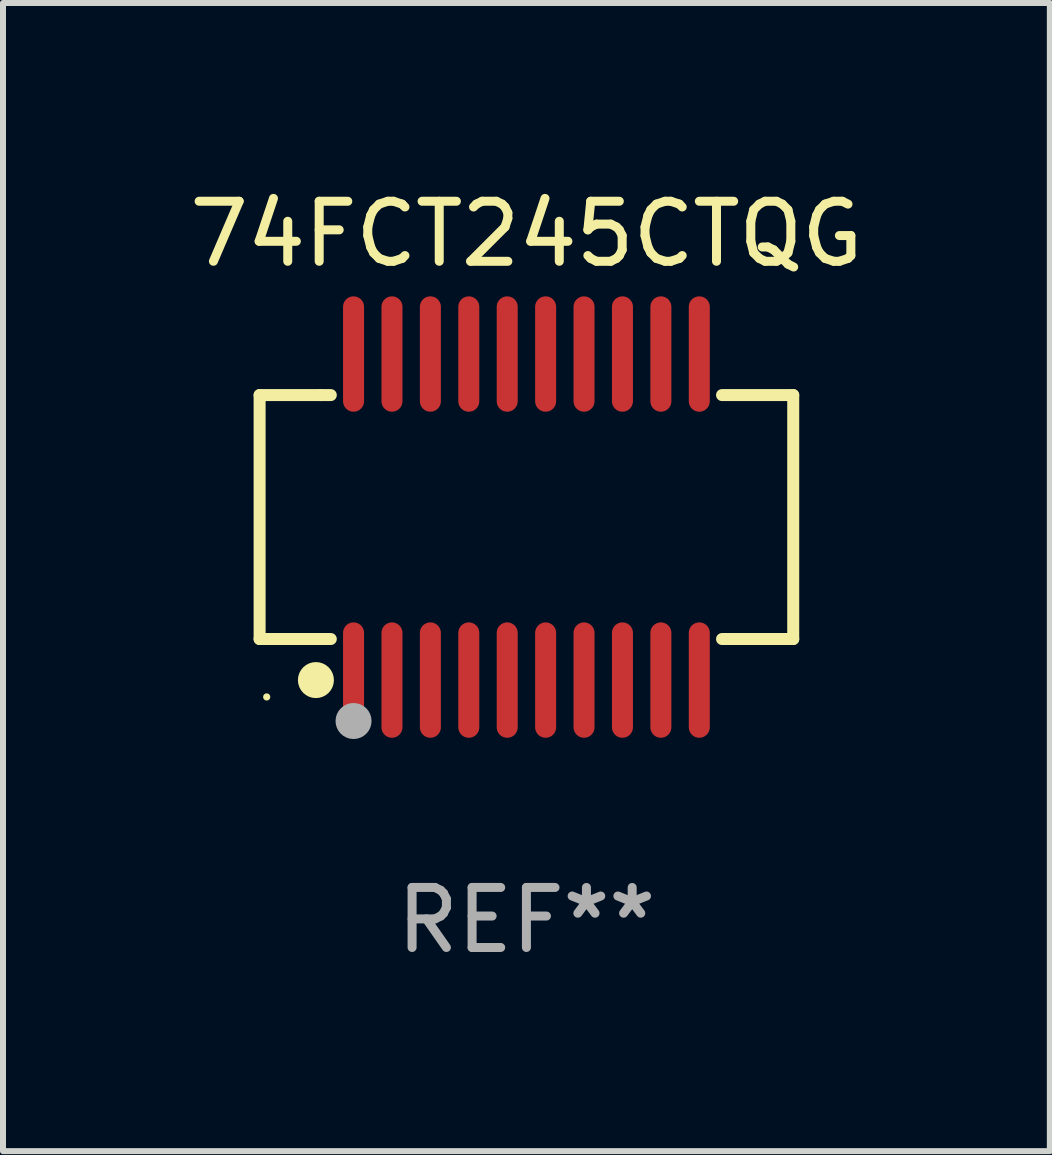
<source format=kicad_pcb>
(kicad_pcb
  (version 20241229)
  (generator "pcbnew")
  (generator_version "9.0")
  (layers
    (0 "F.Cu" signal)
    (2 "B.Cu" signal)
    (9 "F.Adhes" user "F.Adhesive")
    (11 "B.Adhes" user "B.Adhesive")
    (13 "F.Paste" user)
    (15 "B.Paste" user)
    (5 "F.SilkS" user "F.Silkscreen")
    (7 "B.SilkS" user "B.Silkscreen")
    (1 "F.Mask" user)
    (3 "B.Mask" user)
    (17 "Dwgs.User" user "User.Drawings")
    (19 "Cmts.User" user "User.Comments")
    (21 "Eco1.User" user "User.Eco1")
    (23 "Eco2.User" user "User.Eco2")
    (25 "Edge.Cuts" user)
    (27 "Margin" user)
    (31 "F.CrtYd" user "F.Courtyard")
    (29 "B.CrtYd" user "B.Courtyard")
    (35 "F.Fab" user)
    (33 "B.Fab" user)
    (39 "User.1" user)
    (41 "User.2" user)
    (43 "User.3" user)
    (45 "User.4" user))
  (footprint "74FCT245CTQG"
    (layer "F.Cu")
    (at 5.72 5.564)
    (property "Reference" "74FCT245CTQG" (at 0 -4.716 0) (layer "F.SilkS") (effects (font (size 1 1) (thickness 0.15))))
    (attr through_hole)
    (fp_line (start -4.445 -2.032) (end -4.445 2.032) (stroke (width 0.2) (type solid)) (layer "F.SilkS"))
    (fp_line (start -4.445 2.032) (end -3.259 2.032) (stroke (width 0.2) (type solid)) (layer "F.SilkS"))
    (fp_line (start -3.429 -2.032) (end -4.445 -2.032) (stroke (width 0.2) (type solid)) (layer "F.SilkS"))
    (fp_line (start -3.259 -2.032) (end -3.429 -2.032) (stroke (width 0.2) (type solid)) (layer "F.SilkS"))
    (fp_line (start 3.259 2.032) (end 4.445 2.032) (stroke (width 0.2) (type solid)) (layer "F.SilkS"))
    (fp_line (start 4.445 -2.032) (end 3.259 -2.032) (stroke (width 0.2) (type solid)) (layer "F.SilkS"))
    (fp_line (start 4.445 2.032) (end 4.445 -2.032) (stroke (width 0.2) (type solid)) (layer "F.SilkS"))
    (fp_circle (center -4.327 2.997) (end -4.297 2.997) (stroke (width 0.06) (type solid)) (fill no) (layer "F.SilkS"))
    (fp_circle (center -3.507 2.716) (end -3.357 2.716) (stroke (width 0.3) (type solid)) (fill no) (layer "F.SilkS"))
    (fp_circle (center -2.88 3.398) (end -2.73 3.398) (stroke (width 0.3) (type solid)) (fill no) (layer "F.Fab"))
    (fp_text user "REF**" (at 0 6.716 0) (layer "F.Fab") (effects (font (size 1 1) (thickness 0.15))))
    (pad "1" smd oval (at -2.88 2.716) (size 0.35 1.922) (layers "F.Cu" "F.Mask" "F.Paste"))
    (pad "2" smd oval (at -2.24 2.716) (size 0.35 1.922) (layers "F.Cu" "F.Mask" "F.Paste"))
    (pad "3" smd oval (at -1.6 2.716) (size 0.35 1.922) (layers "F.Cu" "F.Mask" "F.Paste"))
    (pad "4" smd oval (at -0.96 2.716) (size 0.35 1.922) (layers "F.Cu" "F.Mask" "F.Paste"))
    (pad "5" smd oval (at -0.32 2.716) (size 0.35 1.922) (layers "F.Cu" "F.Mask" "F.Paste"))
    (pad "6" smd oval (at 0.32 2.716) (size 0.35 1.922) (layers "F.Cu" "F.Mask" "F.Paste"))
    (pad "7" smd oval (at 0.96 2.716) (size 0.35 1.922) (layers "F.Cu" "F.Mask" "F.Paste"))
    (pad "8" smd oval (at 1.6 2.716) (size 0.35 1.922) (layers "F.Cu" "F.Mask" "F.Paste"))
    (pad "9" smd oval (at 2.24 2.716) (size 0.35 1.922) (layers "F.Cu" "F.Mask" "F.Paste"))
    (pad "10" smd oval (at 2.88 2.716) (size 0.35 1.922) (layers "F.Cu" "F.Mask" "F.Paste"))
    (pad "11" smd oval (at 2.88 -2.716) (size 0.35 1.922) (layers "F.Cu" "F.Mask" "F.Paste"))
    (pad "12" smd oval (at 2.24 -2.716) (size 0.35 1.922) (layers "F.Cu" "F.Mask" "F.Paste"))
    (pad "13" smd oval (at 1.6 -2.716) (size 0.35 1.922) (layers "F.Cu" "F.Mask" "F.Paste"))
    (pad "14" smd oval (at 0.96 -2.716) (size 0.35 1.922) (layers "F.Cu" "F.Mask" "F.Paste"))
    (pad "15" smd oval (at 0.32 -2.716) (size 0.35 1.922) (layers "F.Cu" "F.Mask" "F.Paste"))
    (pad "16" smd oval (at -0.32 -2.716) (size 0.35 1.922) (layers "F.Cu" "F.Mask" "F.Paste"))
    (pad "17" smd oval (at -0.96 -2.716) (size 0.35 1.922) (layers "F.Cu" "F.Mask" "F.Paste"))
    (pad "18" smd oval (at -1.6 -2.716) (size 0.35 1.922) (layers "F.Cu" "F.Mask" "F.Paste"))
    (pad "19" smd oval (at -2.24 -2.716) (size 0.35 1.922) (layers "F.Cu" "F.Mask" "F.Paste"))
    (pad "20" smd oval (at -2.88 -2.716) (size 0.35 1.922) (layers "F.Cu" "F.Mask" "F.Paste")))
  (gr_rect
    (start -3 -3)
    (end 14.44 16.128)
    (stroke (width 0.1) (type default))
    (fill no)
    (layer "Edge.Cuts")))
</source>
